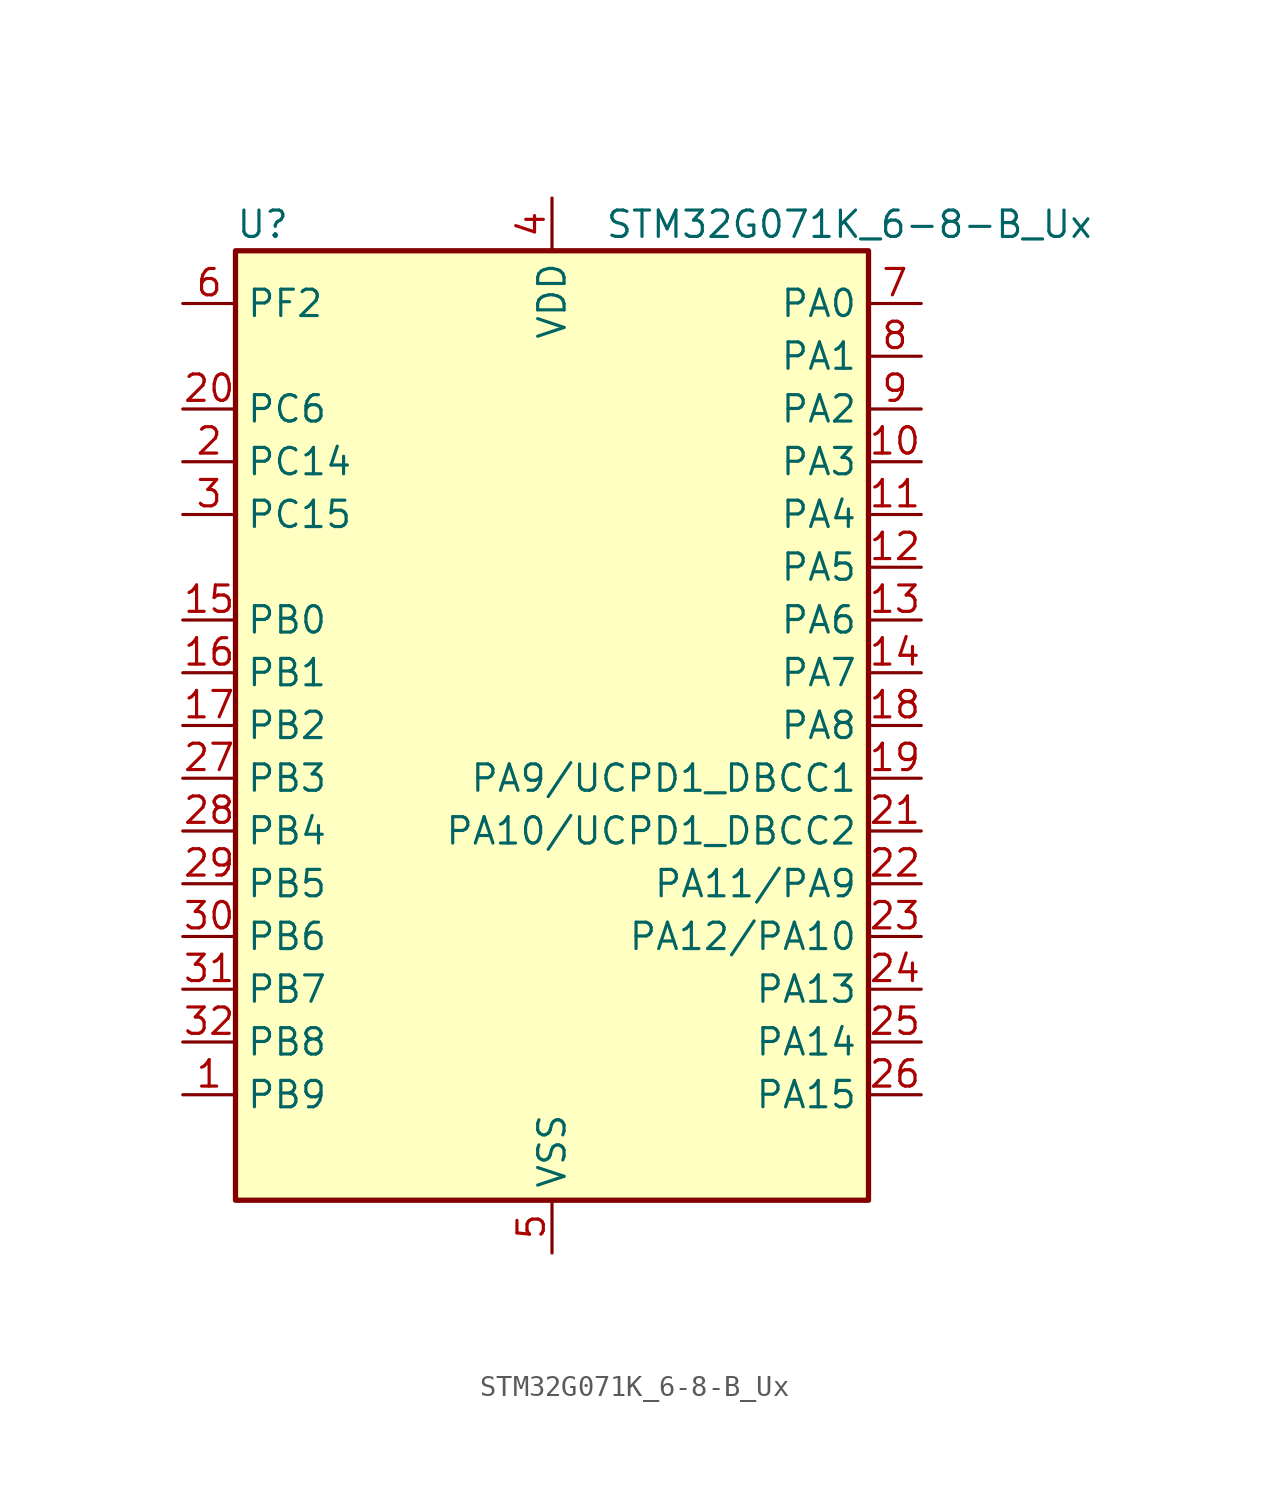
<source format=kicad_sym>
(kicad_symbol_lib
  (version 20220914)
  (generator kicad_symbol_editor)
  (symbol "STM32G071K_6-8-B_Ux"
    (property "Reference" "U"
      (at -15.24 24.13 0)
      (effects (font (size 1.27 1.27)) (justify left)))
    (property "Value" "STM32G071K_6-8-B_Ux"
      (at 2.54 24.13 0)
      (effects (font (size 1.27 1.27)) (justify left)))
    (property "ki_locked" ""
      (at 0 0 0)
      (effects (font (size 1.27 1.27))))
    (symbol "STM32G071K_6-8-B_Ux_0_1"
      (rectangle (start -15.24 -22.86) (end 15.24 22.86) (stroke (width 0.254) (type default)) (fill (type background))))
    (symbol "STM32G071K_6-8-B_Ux_1_1"
      (pin bidirectional line (at -17.78 -17.78 0) (length 2.54) (name "PB9" (effects (font (size 1.27 1.27)))) (number "1" (effects (font (size 1.27 1.27)))) (alternate "DAC1_EXTI9" bidirectional line) (alternate "I2C1_SDA" bidirectional line) (alternate "IR_OUT" bidirectional line) (alternate "SPI2_NSS" bidirectional line) (alternate "TIM17_CH1" bidirectional line) (alternate "USART3_RX" bidirectional line))
      (pin bidirectional line (at 17.78 12.7 180) (length 2.54) (name "PA3" (effects (font (size 1.27 1.27)))) (number "10" (effects (font (size 1.27 1.27)))) (alternate "ADC1_IN3" bidirectional line) (alternate "COMP2_INP" bidirectional line) (alternate "LPUART1_RX" bidirectional line) (alternate "SPI2_MISO" bidirectional line) (alternate "TIM15_CH2" bidirectional line) (alternate "TIM2_CH4" bidirectional line) (alternate "USART2_RX" bidirectional line))
      (pin bidirectional line (at 17.78 10.16 180) (length 2.54) (name "PA4" (effects (font (size 1.27 1.27)))) (number "11" (effects (font (size 1.27 1.27)))) (alternate "ADC1_IN4" bidirectional line) (alternate "DAC1_OUT1" bidirectional line) (alternate "I2S1_WS" bidirectional line) (alternate "LPTIM2_OUT" bidirectional line) (alternate "RTC_OUT_ALARM" bidirectional line) (alternate "RTC_OUT_CALIB" bidirectional line) (alternate "RTC_TAMP_IN1" bidirectional line) (alternate "RTC_TS" bidirectional line) (alternate "SPI1_NSS" bidirectional line) (alternate "SPI2_MOSI" bidirectional line) (alternate "SYS_WKUP2" bidirectional line) (alternate "TIM14_CH1" bidirectional line))
      (pin bidirectional line (at 17.78 7.62 180) (length 2.54) (name "PA5" (effects (font (size 1.27 1.27)))) (number "12" (effects (font (size 1.27 1.27)))) (alternate "ADC1_IN5" bidirectional line) (alternate "CEC" bidirectional line) (alternate "DAC1_OUT2" bidirectional line) (alternate "I2S1_CK" bidirectional line) (alternate "LPTIM2_ETR" bidirectional line) (alternate "SPI1_SCK" bidirectional line) (alternate "TIM2_CH1" bidirectional line) (alternate "TIM2_ETR" bidirectional line) (alternate "UCPD1_FRSTX1" bidirectional line) (alternate "UCPD1_FRSTX2" bidirectional line) (alternate "USART3_TX" bidirectional line))
      (pin bidirectional line (at 17.78 5.08 180) (length 2.54) (name "PA6" (effects (font (size 1.27 1.27)))) (number "13" (effects (font (size 1.27 1.27)))) (alternate "ADC1_IN6" bidirectional line) (alternate "COMP1_OUT" bidirectional line) (alternate "I2S1_MCK" bidirectional line) (alternate "LPUART1_CTS" bidirectional line) (alternate "SPI1_MISO" bidirectional line) (alternate "TIM16_CH1" bidirectional line) (alternate "TIM1_BK" bidirectional line) (alternate "TIM3_CH1" bidirectional line) (alternate "USART3_CTS" bidirectional line) (alternate "USART3_NSS" bidirectional line))
      (pin bidirectional line (at 17.78 2.54 180) (length 2.54) (name "PA7" (effects (font (size 1.27 1.27)))) (number "14" (effects (font (size 1.27 1.27)))) (alternate "ADC1_IN7" bidirectional line) (alternate "COMP2_OUT" bidirectional line) (alternate "I2S1_SD" bidirectional line) (alternate "SPI1_MOSI" bidirectional line) (alternate "TIM14_CH1" bidirectional line) (alternate "TIM17_CH1" bidirectional line) (alternate "TIM1_CH1N" bidirectional line) (alternate "TIM3_CH2" bidirectional line) (alternate "UCPD1_FRSTX1" bidirectional line) (alternate "UCPD1_FRSTX2" bidirectional line))
      (pin bidirectional line (at -17.78 5.08 0) (length 2.54) (name "PB0" (effects (font (size 1.27 1.27)))) (number "15" (effects (font (size 1.27 1.27)))) (alternate "ADC1_IN8" bidirectional line) (alternate "COMP1_OUT" bidirectional line) (alternate "I2S1_WS" bidirectional line) (alternate "LPTIM1_OUT" bidirectional line) (alternate "SPI1_NSS" bidirectional line) (alternate "TIM1_CH2N" bidirectional line) (alternate "TIM3_CH3" bidirectional line) (alternate "UCPD1_FRSTX1" bidirectional line) (alternate "UCPD1_FRSTX2" bidirectional line) (alternate "USART3_RX" bidirectional line))
      (pin bidirectional line (at -17.78 2.54 0) (length 2.54) (name "PB1" (effects (font (size 1.27 1.27)))) (number "16" (effects (font (size 1.27 1.27)))) (alternate "ADC1_IN9" bidirectional line) (alternate "COMP1_INM" bidirectional line) (alternate "LPTIM2_IN1" bidirectional line) (alternate "LPUART1_DE" bidirectional line) (alternate "LPUART1_RTS" bidirectional line) (alternate "TIM14_CH1" bidirectional line) (alternate "TIM1_CH3N" bidirectional line) (alternate "TIM3_CH4" bidirectional line) (alternate "USART3_CK" bidirectional line) (alternate "USART3_DE" bidirectional line) (alternate "USART3_RTS" bidirectional line))
      (pin bidirectional line (at -17.78 0 0) (length 2.54) (name "PB2" (effects (font (size 1.27 1.27)))) (number "17" (effects (font (size 1.27 1.27)))) (alternate "ADC1_IN10" bidirectional line) (alternate "COMP1_INP" bidirectional line) (alternate "LPTIM1_OUT" bidirectional line) (alternate "SPI2_MISO" bidirectional line) (alternate "USART3_TX" bidirectional line))
      (pin bidirectional line (at 17.78 0 180) (length 2.54) (name "PA8" (effects (font (size 1.27 1.27)))) (number "18" (effects (font (size 1.27 1.27)))) (alternate "LPTIM2_OUT" bidirectional line) (alternate "RCC_MCO" bidirectional line) (alternate "SPI2_NSS" bidirectional line) (alternate "TIM1_CH1" bidirectional line) (alternate "UCPD1_CC1" bidirectional line))
      (pin bidirectional line (at 17.78 -2.54 180) (length 2.54) (name "PA9/UCPD1_DBCC1" (effects (font (size 1.27 1.27)))) (number "19" (effects (font (size 1.27 1.27)))) (alternate "DAC1_EXTI9" bidirectional line) (alternate "I2C1_SCL" bidirectional line) (alternate "RCC_MCO" bidirectional line) (alternate "SPI2_MISO" bidirectional line) (alternate "TIM15_BK" bidirectional line) (alternate "TIM1_CH2" bidirectional line) (alternate "UCPD1_DBCC1" bidirectional line) (alternate "USART1_TX" bidirectional line))
      (pin bidirectional line (at -17.78 12.7 0) (length 2.54) (name "PC14" (effects (font (size 1.27 1.27)))) (number "2" (effects (font (size 1.27 1.27)))) (alternate "RCC_OSC32_IN" bidirectional line) (alternate "RCC_OSC_IN" bidirectional line) (alternate "TIM1_BK2" bidirectional line))
      (pin bidirectional line (at -17.78 15.24 0) (length 2.54) (name "PC6" (effects (font (size 1.27 1.27)))) (number "20" (effects (font (size 1.27 1.27)))) (alternate "TIM2_CH3" bidirectional line) (alternate "TIM3_CH1" bidirectional line) (alternate "UCPD1_FRSTX1" bidirectional line) (alternate "UCPD1_FRSTX2" bidirectional line))
      (pin bidirectional line (at 17.78 -5.08 180) (length 2.54) (name "PA10/UCPD1_DBCC2" (effects (font (size 1.27 1.27)))) (number "21" (effects (font (size 1.27 1.27)))) (alternate "I2C1_SDA" bidirectional line) (alternate "SPI2_MOSI" bidirectional line) (alternate "TIM17_BK" bidirectional line) (alternate "TIM1_CH3" bidirectional line) (alternate "UCPD1_DBCC2" bidirectional line) (alternate "USART1_RX" bidirectional line))
      (pin bidirectional line (at 17.78 -7.62 180) (length 2.54) (name "PA11/PA9" (effects (font (size 1.27 1.27)))) (number "22" (effects (font (size 1.27 1.27)))) (alternate "ADC1_EXTI11" bidirectional line) (alternate "COMP1_OUT" bidirectional line) (alternate "I2C2_SCL" bidirectional line) (alternate "I2S1_MCK" bidirectional line) (alternate "SPI1_MISO" bidirectional line) (alternate "TIM1_BK2" bidirectional line) (alternate "TIM1_CH4" bidirectional line) (alternate "USART1_CTS" bidirectional line) (alternate "USART1_NSS" bidirectional line))
      (pin bidirectional line (at 17.78 -10.16 180) (length 2.54) (name "PA12/PA10" (effects (font (size 1.27 1.27)))) (number "23" (effects (font (size 1.27 1.27)))) (alternate "COMP2_OUT" bidirectional line) (alternate "I2C2_SDA" bidirectional line) (alternate "I2S1_SD" bidirectional line) (alternate "I2S_CKIN" bidirectional line) (alternate "SPI1_MOSI" bidirectional line) (alternate "TIM1_ETR" bidirectional line) (alternate "USART1_CK" bidirectional line) (alternate "USART1_DE" bidirectional line) (alternate "USART1_RTS" bidirectional line))
      (pin bidirectional line (at 17.78 -12.7 180) (length 2.54) (name "PA13" (effects (font (size 1.27 1.27)))) (number "24" (effects (font (size 1.27 1.27)))) (alternate "IR_OUT" bidirectional line) (alternate "SYS_SWDIO" bidirectional line))
      (pin bidirectional line (at 17.78 -15.24 180) (length 2.54) (name "PA14" (effects (font (size 1.27 1.27)))) (number "25" (effects (font (size 1.27 1.27)))) (alternate "SYS_SWCLK" bidirectional line) (alternate "USART2_TX" bidirectional line))
      (pin bidirectional line (at 17.78 -17.78 180) (length 2.54) (name "PA15" (effects (font (size 1.27 1.27)))) (number "26" (effects (font (size 1.27 1.27)))) (alternate "I2S1_WS" bidirectional line) (alternate "SPI1_NSS" bidirectional line) (alternate "TIM2_CH1" bidirectional line) (alternate "TIM2_ETR" bidirectional line) (alternate "USART2_RX" bidirectional line) (alternate "USART3_CK" bidirectional line) (alternate "USART3_DE" bidirectional line) (alternate "USART3_RTS" bidirectional line) (alternate "USART4_CK" bidirectional line) (alternate "USART4_DE" bidirectional line) (alternate "USART4_RTS" bidirectional line))
      (pin bidirectional line (at -17.78 -2.54 0) (length 2.54) (name "PB3" (effects (font (size 1.27 1.27)))) (number "27" (effects (font (size 1.27 1.27)))) (alternate "COMP2_INM" bidirectional line) (alternate "I2S1_CK" bidirectional line) (alternate "SPI1_SCK" bidirectional line) (alternate "TIM1_CH2" bidirectional line) (alternate "TIM2_CH2" bidirectional line) (alternate "USART1_CK" bidirectional line) (alternate "USART1_DE" bidirectional line) (alternate "USART1_RTS" bidirectional line))
      (pin bidirectional line (at -17.78 -5.08 0) (length 2.54) (name "PB4" (effects (font (size 1.27 1.27)))) (number "28" (effects (font (size 1.27 1.27)))) (alternate "COMP2_INP" bidirectional line) (alternate "I2S1_MCK" bidirectional line) (alternate "SPI1_MISO" bidirectional line) (alternate "TIM17_BK" bidirectional line) (alternate "TIM3_CH1" bidirectional line) (alternate "USART1_CTS" bidirectional line) (alternate "USART1_NSS" bidirectional line))
      (pin bidirectional line (at -17.78 -7.62 0) (length 2.54) (name "PB5" (effects (font (size 1.27 1.27)))) (number "29" (effects (font (size 1.27 1.27)))) (alternate "COMP2_OUT" bidirectional line) (alternate "I2C1_SMBA" bidirectional line) (alternate "I2S1_SD" bidirectional line) (alternate "LPTIM1_IN1" bidirectional line) (alternate "SPI1_MOSI" bidirectional line) (alternate "SYS_WKUP6" bidirectional line) (alternate "TIM16_BK" bidirectional line) (alternate "TIM3_CH2" bidirectional line))
      (pin bidirectional line (at -17.78 10.16 0) (length 2.54) (name "PC15" (effects (font (size 1.27 1.27)))) (number "3" (effects (font (size 1.27 1.27)))) (alternate "RCC_OSC32_EN" bidirectional line) (alternate "RCC_OSC32_OUT" bidirectional line) (alternate "RCC_OSC_EN" bidirectional line) (alternate "TIM15_BK" bidirectional line))
      (pin bidirectional line (at -17.78 -10.16 0) (length 2.54) (name "PB6" (effects (font (size 1.27 1.27)))) (number "30" (effects (font (size 1.27 1.27)))) (alternate "COMP2_INP" bidirectional line) (alternate "I2C1_SCL" bidirectional line) (alternate "LPTIM1_ETR" bidirectional line) (alternate "SPI2_MISO" bidirectional line) (alternate "TIM16_CH1N" bidirectional line) (alternate "TIM1_CH3" bidirectional line) (alternate "USART1_TX" bidirectional line))
      (pin bidirectional line (at -17.78 -12.7 0) (length 2.54) (name "PB7" (effects (font (size 1.27 1.27)))) (number "31" (effects (font (size 1.27 1.27)))) (alternate "COMP2_INM" bidirectional line) (alternate "I2C1_SDA" bidirectional line) (alternate "LPTIM1_IN2" bidirectional line) (alternate "SPI2_MOSI" bidirectional line) (alternate "SYS_PVD_IN" bidirectional line) (alternate "TIM17_CH1N" bidirectional line) (alternate "USART1_RX" bidirectional line) (alternate "USART4_CTS" bidirectional line) (alternate "USART4_NSS" bidirectional line))
      (pin bidirectional line (at -17.78 -15.24 0) (length 2.54) (name "PB8" (effects (font (size 1.27 1.27)))) (number "32" (effects (font (size 1.27 1.27)))) (alternate "CEC" bidirectional line) (alternate "I2C1_SCL" bidirectional line) (alternate "SPI2_SCK" bidirectional line) (alternate "TIM15_BK" bidirectional line) (alternate "TIM16_CH1" bidirectional line) (alternate "USART3_TX" bidirectional line))
      (pin passive line (at 0 -25.4 90) (length 2.54) hide (name "VSS" (effects (font (size 1.27 1.27)))) (number "33" (effects (font (size 1.27 1.27)))))
      (pin power_in line (at 0 25.4 270) (length 2.54) (name "VDD" (effects (font (size 1.27 1.27)))) (number "4" (effects (font (size 1.27 1.27)))))
      (pin power_in line (at 0 -25.4 90) (length 2.54) (name "VSS" (effects (font (size 1.27 1.27)))) (number "5" (effects (font (size 1.27 1.27)))))
      (pin bidirectional line (at -17.78 20.32 0) (length 2.54) (name "PF2" (effects (font (size 1.27 1.27)))) (number "6" (effects (font (size 1.27 1.27)))) (alternate "RCC_MCO" bidirectional line))
      (pin bidirectional line (at 17.78 20.32 180) (length 2.54) (name "PA0" (effects (font (size 1.27 1.27)))) (number "7" (effects (font (size 1.27 1.27)))) (alternate "ADC1_IN0" bidirectional line) (alternate "COMP1_INM" bidirectional line) (alternate "COMP1_OUT" bidirectional line) (alternate "LPTIM1_OUT" bidirectional line) (alternate "RTC_TAMP_IN2" bidirectional line) (alternate "SPI2_SCK" bidirectional line) (alternate "SYS_WKUP1" bidirectional line) (alternate "TIM2_CH1" bidirectional line) (alternate "TIM2_ETR" bidirectional line) (alternate "USART2_CTS" bidirectional line) (alternate "USART2_NSS" bidirectional line) (alternate "USART4_TX" bidirectional line))
      (pin bidirectional line (at 17.78 17.78 180) (length 2.54) (name "PA1" (effects (font (size 1.27 1.27)))) (number "8" (effects (font (size 1.27 1.27)))) (alternate "ADC1_IN1" bidirectional line) (alternate "COMP1_INP" bidirectional line) (alternate "I2C1_SMBA" bidirectional line) (alternate "I2S1_CK" bidirectional line) (alternate "SPI1_SCK" bidirectional line) (alternate "TIM15_CH1N" bidirectional line) (alternate "TIM2_CH2" bidirectional line) (alternate "USART2_CK" bidirectional line) (alternate "USART2_DE" bidirectional line) (alternate "USART2_RTS" bidirectional line) (alternate "USART4_RX" bidirectional line))
      (pin bidirectional line (at 17.78 15.24 180) (length 2.54) (name "PA2" (effects (font (size 1.27 1.27)))) (number "9" (effects (font (size 1.27 1.27)))) (alternate "ADC1_IN2" bidirectional line) (alternate "COMP2_INM" bidirectional line) (alternate "COMP2_OUT" bidirectional line) (alternate "I2S1_SD" bidirectional line) (alternate "LPUART1_TX" bidirectional line) (alternate "RCC_LSCO" bidirectional line) (alternate "SPI1_MOSI" bidirectional line) (alternate "SYS_WKUP4" bidirectional line) (alternate "TIM15_CH1" bidirectional line) (alternate "TIM2_CH3" bidirectional line) (alternate "UCPD1_FRSTX1" bidirectional line) (alternate "UCPD1_FRSTX2" bidirectional line) (alternate "USART2_TX" bidirectional line)))))
</source>
